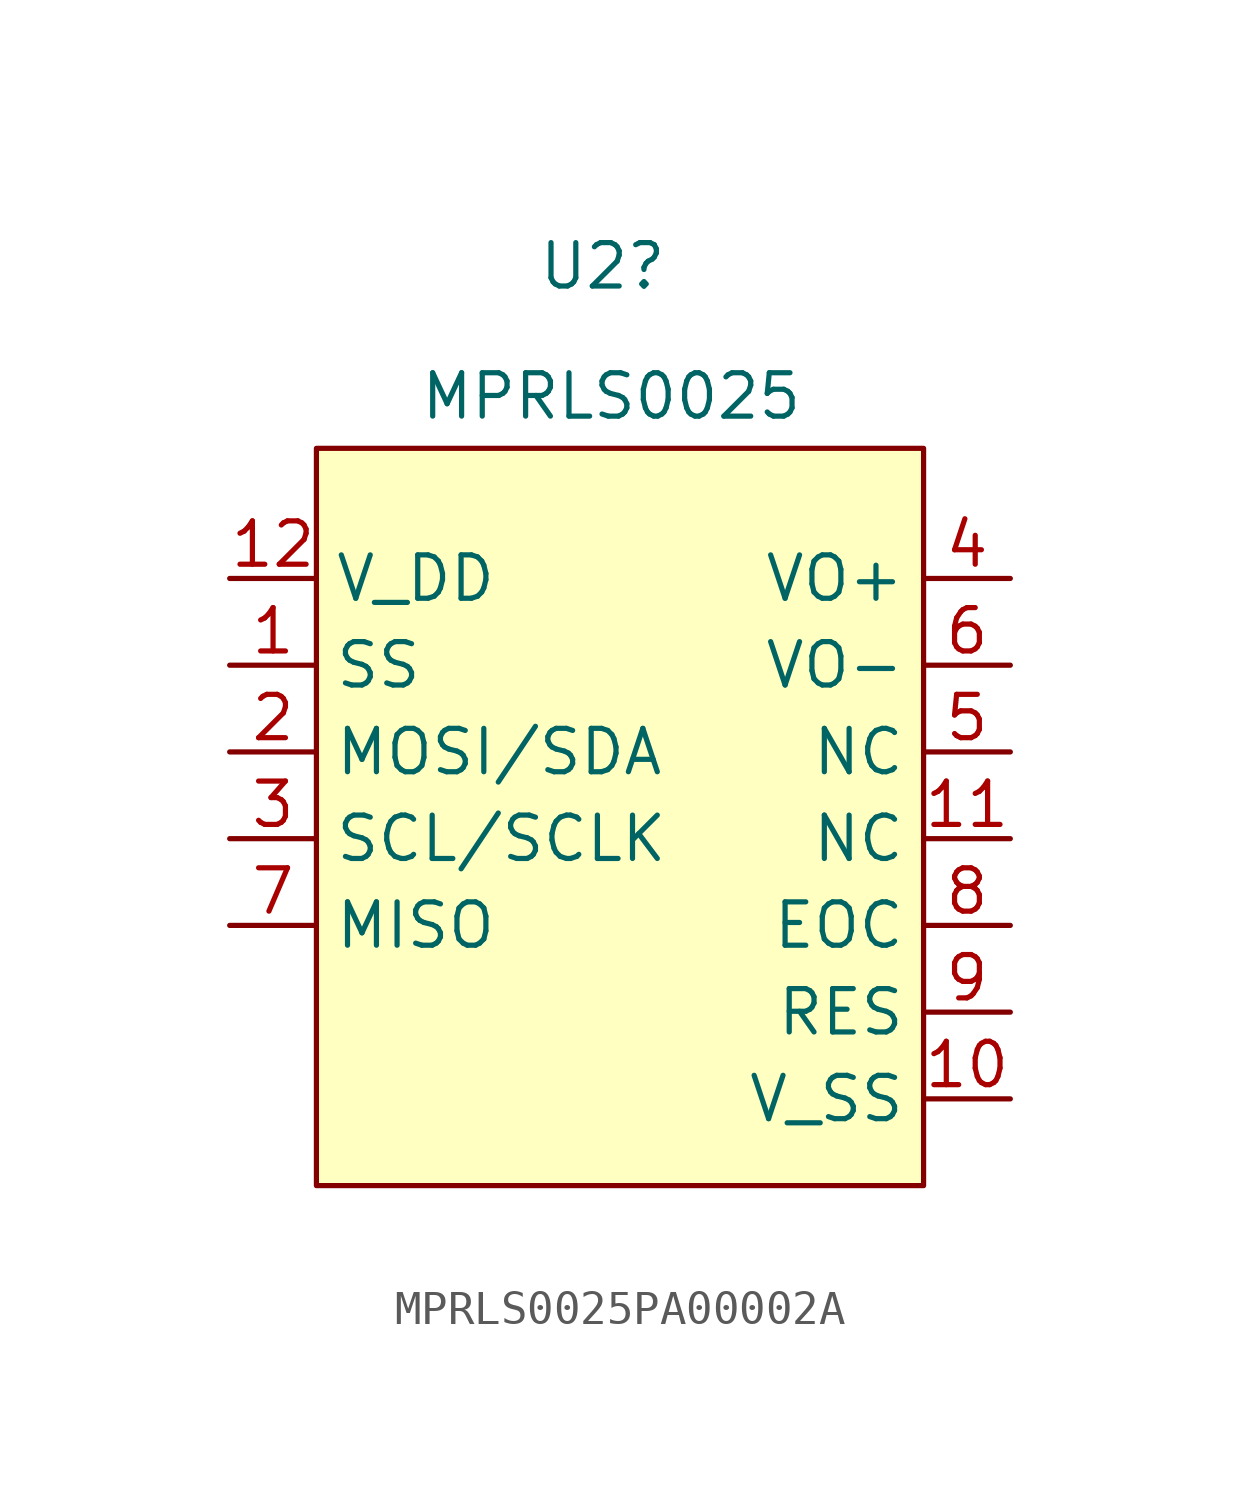
<source format=kicad_sym>
(kicad_symbol_lib
  (version 20241209)
  (generator "kicad_symbol_editor")
  (generator_version "9.0")
  (symbol "MPRLS0025PA00002A"
    (property "Reference" "U2"
      (at 9.652 28.194 0)
      (effects (font (size 1.27 1.27))))
    (property "Value" "MPRLS0025"
      (at 9.906 24.384 0)
      (effects (font (size 1.27 1.27))))
    (symbol "MPRLS0025PA00002A_1_0"
      (pin power_in line (at -1.27 19.05 0) (length 2.54) (name "V_DD" (effects (font (size 1.27 1.27)))) (number "12" (effects (font (size 1.27 1.27)))))
      (pin input line (at -1.27 13.97 0) (length 2.54) (name "MOSI/SDA" (effects (font (size 1.27 1.27)))) (number "2" (effects (font (size 1.27 1.27)))))
      (pin input line (at -1.27 11.43 0) (length 2.54) (name "SCL/SCLK" (effects (font (size 1.27 1.27)))) (number "3" (effects (font (size 1.27 1.27)))))
      (pin input line (at -1.27 8.89 0) (length 2.54) (name "MISO" (effects (font (size 1.27 1.27)))) (number "7" (effects (font (size 1.27 1.27)))))
      (pin output line (at 21.59 19.05 180) (length 2.54) (name "VO+" (effects (font (size 1.27 1.27)))) (number "4" (effects (font (size 1.27 1.27)))))
      (pin output line (at 21.59 16.51 180) (length 2.54) (name "VO-" (effects (font (size 1.27 1.27)))) (number "6" (effects (font (size 1.27 1.27)))))
      (pin output line (at 21.59 13.97 180) (length 2.54) (name "NC" (effects (font (size 1.27 1.27)))) (number "5" (effects (font (size 1.27 1.27)))))
      (pin output line (at 21.59 11.43 180) (length 2.54) (name "NC" (effects (font (size 1.27 1.27)))) (number "11" (effects (font (size 1.27 1.27)))))
      (pin output line (at 21.59 8.89 180) (length 2.54) (name "EOC" (effects (font (size 1.27 1.27)))) (number "8" (effects (font (size 1.27 1.27)))))
      (pin output line (at 21.59 6.35 180) (length 2.54) (name "RES" (effects (font (size 1.27 1.27)))) (number "9" (effects (font (size 1.27 1.27)))))
      (pin output line (at 21.59 3.81 180) (length 2.54) (name "V_SS" (effects (font (size 1.27 1.27)))) (number "10" (effects (font (size 1.27 1.27))))))
    (symbol "MPRLS0025PA00002A_1_1"
      (rectangle (start 1.27 22.86) (end 19.05 1.27) (stroke (width 0) (type solid)) (fill (type background)))
      (pin input line (at -1.27 16.51 0) (length 2.54) (name "SS" (effects (font (size 1.27 1.27)))) (number "1" (effects (font (size 1.27 1.27))))))))
</source>
